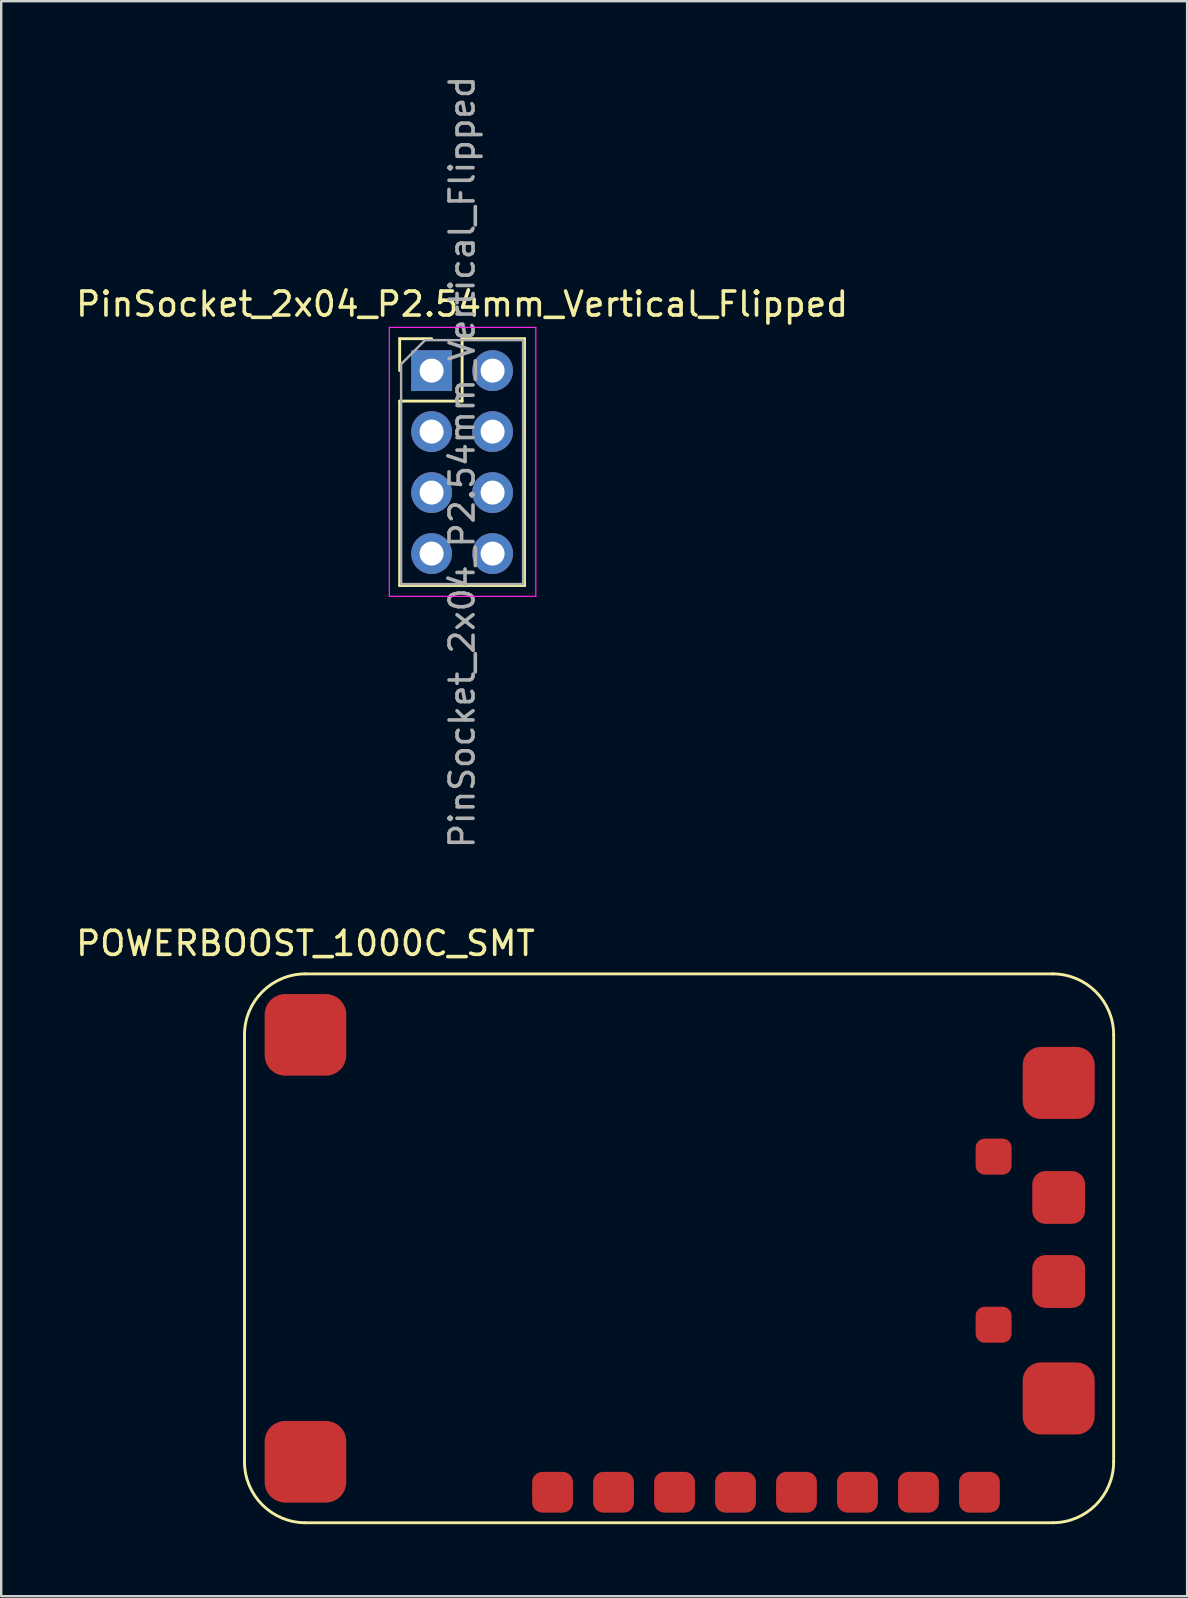
<source format=kicad_pcb>
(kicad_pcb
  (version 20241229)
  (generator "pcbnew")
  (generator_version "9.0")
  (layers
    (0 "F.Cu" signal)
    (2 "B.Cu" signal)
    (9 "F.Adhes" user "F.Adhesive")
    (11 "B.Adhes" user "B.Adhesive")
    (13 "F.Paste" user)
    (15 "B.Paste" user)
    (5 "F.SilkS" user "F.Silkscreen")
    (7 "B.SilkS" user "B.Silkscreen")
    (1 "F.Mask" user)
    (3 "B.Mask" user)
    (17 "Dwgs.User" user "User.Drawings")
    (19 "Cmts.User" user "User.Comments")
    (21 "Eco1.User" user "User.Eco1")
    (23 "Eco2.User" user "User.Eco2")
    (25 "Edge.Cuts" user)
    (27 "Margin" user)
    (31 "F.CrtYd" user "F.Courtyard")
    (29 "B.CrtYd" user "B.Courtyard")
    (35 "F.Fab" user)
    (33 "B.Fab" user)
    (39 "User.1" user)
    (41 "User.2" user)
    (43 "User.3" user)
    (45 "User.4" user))
  (footprint "POWERBOOST_1000C_SMT"
    (layer "F.Cu")
    (at 7.133 37.511)
    (property "Reference" "POWERBOOST_1000C_SMT" (at 2.54 -1.27 0) (layer "F.SilkS") (effects (font (size 1 1) (thickness 0.15))))
    (attr through_hole)
    (fp_line (start 0 20.32) (end 0 2.54) (stroke (width 0.12) (type solid)) (layer "F.SilkS"))
    (fp_line (start 2.54 0) (end 33.66 0) (stroke (width 0.12) (type solid)) (layer "F.SilkS"))
    (fp_line (start 33.66 22.86) (end 2.54 22.86) (stroke (width 0.12) (type solid)) (layer "F.SilkS"))
    (fp_line (start 36.2 2.54) (end 36.2 20.32) (stroke (width 0.12) (type solid)) (layer "F.SilkS"))
    (fp_arc (start 0 2.54) (mid 0.743949 0.743949) (end 2.54 0) (stroke (width 0.12) (type solid)) (layer "F.SilkS"))
    (fp_arc (start 2.54 22.86) (mid 0.743949 22.116051) (end 0 20.32) (stroke (width 0.12) (type solid)) (layer "F.SilkS"))
    (fp_arc (start 33.66 0) (mid 35.456051 0.743949) (end 36.2 2.54) (stroke (width 0.12) (type solid)) (layer "F.SilkS"))
    (fp_arc (start 36.2 20.32) (mid 35.456051 22.116051) (end 33.66 22.86) (stroke (width 0.12) (type solid)) (layer "F.SilkS"))
    (pad "1" smd roundrect (at 12.83 21.59) (size 1.7 1.7) (layers "F.Cu" "F.Mask" "F.Paste") (roundrect_rratio 0.25))
    (pad "2" smd roundrect (at 15.37 21.59) (size 1.7 1.7) (layers "F.Cu" "F.Mask" "F.Paste") (roundrect_rratio 0.25))
    (pad "3" smd roundrect (at 17.91 21.59) (size 1.7 1.7) (layers "F.Cu" "F.Mask" "F.Paste") (roundrect_rratio 0.25))
    (pad "4" smd roundrect (at 20.45 21.59) (size 1.7 1.7) (layers "F.Cu" "F.Mask" "F.Paste") (roundrect_rratio 0.25))
    (pad "5" smd roundrect (at 22.99 21.59) (size 1.7 1.7) (layers "F.Cu" "F.Mask" "F.Paste") (roundrect_rratio 0.25))
    (pad "5" smd roundrect (at 31.2 7.612) (size 1.5 1.5) (layers "F.Cu" "F.Mask" "F.Paste") (roundrect_rratio 0.25))
    (pad "5" smd roundrect (at 33.91 9.312) (size 2.2 2.2) (layers "F.Cu" "F.Mask" "F.Paste") (roundrect_rratio 0.25))
    (pad "6" smd roundrect (at 25.53 21.59) (size 1.7 1.7) (layers "F.Cu" "F.Mask" "F.Paste") (roundrect_rratio 0.25))
    (pad "7" smd roundrect (at 28.07 21.59) (size 1.7 1.7) (layers "F.Cu" "F.Mask" "F.Paste") (roundrect_rratio 0.25))
    (pad "8" smd roundrect (at 30.61 21.59) (size 1.7 1.7) (layers "F.Cu" "F.Mask" "F.Paste") (roundrect_rratio 0.25))
    (pad "8" smd roundrect (at 31.2 14.613) (size 1.5 1.5) (layers "F.Cu" "F.Mask" "F.Paste") (roundrect_rratio 0.25))
    (pad "8" smd roundrect (at 33.91 12.812) (size 2.2 2.2) (layers "F.Cu" "F.Mask" "F.Paste") (roundrect_rratio 0.25))
    (pad "MT1" smd roundrect (at 2.54 20.32) (size 3.4 3.4) (layers "F.Cu" "F.Mask" "F.Paste") (roundrect_rratio 0.25))
    (pad "MT2" smd roundrect (at 2.54 2.54) (size 3.4 3.4) (layers "F.Cu" "F.Mask" "F.Paste") (roundrect_rratio 0.25))
    (pad "MT3" smd roundrect (at 33.91 4.543) (size 3 3) (layers "F.Cu" "F.Mask" "F.Paste") (roundrect_rratio 0.25))
    (pad "MT4" smd roundrect (at 33.91 17.683) (size 3 3) (layers "F.Cu" "F.Mask" "F.Paste") (roundrect_rratio 0.25)))
  (footprint "PinSocket_2x04_P2.54mm_Vertical_Flipped"
    (layer "F.Cu")
    (at 17.466 12.386)
    (property "Reference" "PinSocket_2x04_P2.54mm_Vertical_Flipped" (at -1.27 -2.77 0) (layer "F.SilkS") (effects (font (size 1 1) (thickness 0.15))))
    (attr through_hole)
    (fp_line (start -3.87 -1.33) (end -3.87 0) (stroke (width 0.12) (type solid)) (layer "F.SilkS"))
    (fp_line (start -3.87 1.27) (end -3.87 8.95) (stroke (width 0.12) (type solid)) (layer "F.SilkS"))
    (fp_line (start -2.54 -1.33) (end -3.87 -1.33) (stroke (width 0.12) (type solid)) (layer "F.SilkS"))
    (fp_line (start -1.27 -1.33) (end -1.27 1.27) (stroke (width 0.12) (type solid)) (layer "F.SilkS"))
    (fp_line (start -1.27 1.27) (end -3.87 1.27) (stroke (width 0.12) (type solid)) (layer "F.SilkS"))
    (fp_line (start 1.33 -1.33) (end -1.27 -1.33) (stroke (width 0.12) (type solid)) (layer "F.SilkS"))
    (fp_line (start 1.33 -1.33) (end 1.33 8.95) (stroke (width 0.12) (type solid)) (layer "F.SilkS"))
    (fp_line (start 1.33 8.95) (end -3.87 8.95) (stroke (width 0.12) (type solid)) (layer "F.SilkS"))
    (fp_line (start -4.3 -1.8) (end -4.3 9.4) (stroke (width 0.05) (type solid)) (layer "F.CrtYd"))
    (fp_line (start -4.3 9.4) (end 1.8 9.4) (stroke (width 0.05) (type solid)) (layer "F.CrtYd"))
    (fp_line (start 1.8 -1.8) (end -4.3 -1.8) (stroke (width 0.05) (type solid)) (layer "F.CrtYd"))
    (fp_line (start 1.8 9.4) (end 1.8 -1.8) (stroke (width 0.05) (type solid)) (layer "F.CrtYd"))
    (fp_line (start -3.81 -0.27) (end -3.81 8.89) (stroke (width 0.1) (type solid)) (layer "F.Fab"))
    (fp_line (start -3.81 8.89) (end 1.27 8.89) (stroke (width 0.1) (type solid)) (layer "F.Fab"))
    (fp_line (start -2.81 -1.27) (end -3.81 -0.27) (stroke (width 0.1) (type solid)) (layer "F.Fab"))
    (fp_line (start 1.27 -1.27) (end -2.81 -1.27) (stroke (width 0.1) (type solid)) (layer "F.Fab"))
    (fp_line (start 1.27 8.89) (end 1.27 -1.27) (stroke (width 0.1) (type solid)) (layer "F.Fab"))
    (fp_text user "${REFERENCE}" (at -1.27 3.81 90) (layer "F.Fab") (effects (font (size 1 1) (thickness 0.15))))
    (pad "1" thru_hole rect (at -2.54 0) (size 1.7 1.7) (drill 1) (layers "*.Cu" "*.Mask"))
    (pad "2" thru_hole oval (at 0 0) (size 1.7 1.7) (drill 1) (layers "*.Cu" "*.Mask"))
    (pad "3" thru_hole oval (at -2.54 2.54) (size 1.7 1.7) (drill 1) (layers "*.Cu" "*.Mask"))
    (pad "4" thru_hole oval (at 0 2.54) (size 1.7 1.7) (drill 1) (layers "*.Cu" "*.Mask"))
    (pad "5" thru_hole oval (at -2.54 5.08) (size 1.7 1.7) (drill 1) (layers "*.Cu" "*.Mask"))
    (pad "6" thru_hole oval (at 0 5.08) (size 1.7 1.7) (drill 1) (layers "*.Cu" "*.Mask"))
    (pad "7" thru_hole oval (at -2.54 7.62) (size 1.7 1.7) (drill 1) (layers "*.Cu" "*.Mask"))
    (pad "8" thru_hole oval (at 0 7.62) (size 1.7 1.7) (drill 1) (layers "*.Cu" "*.Mask")))
  (gr_rect
    (start -3 -3)
    (end 46.393 63.431)
    (stroke (width 0.1) (type default))
    (fill no)
    (layer "Edge.Cuts")))
</source>
